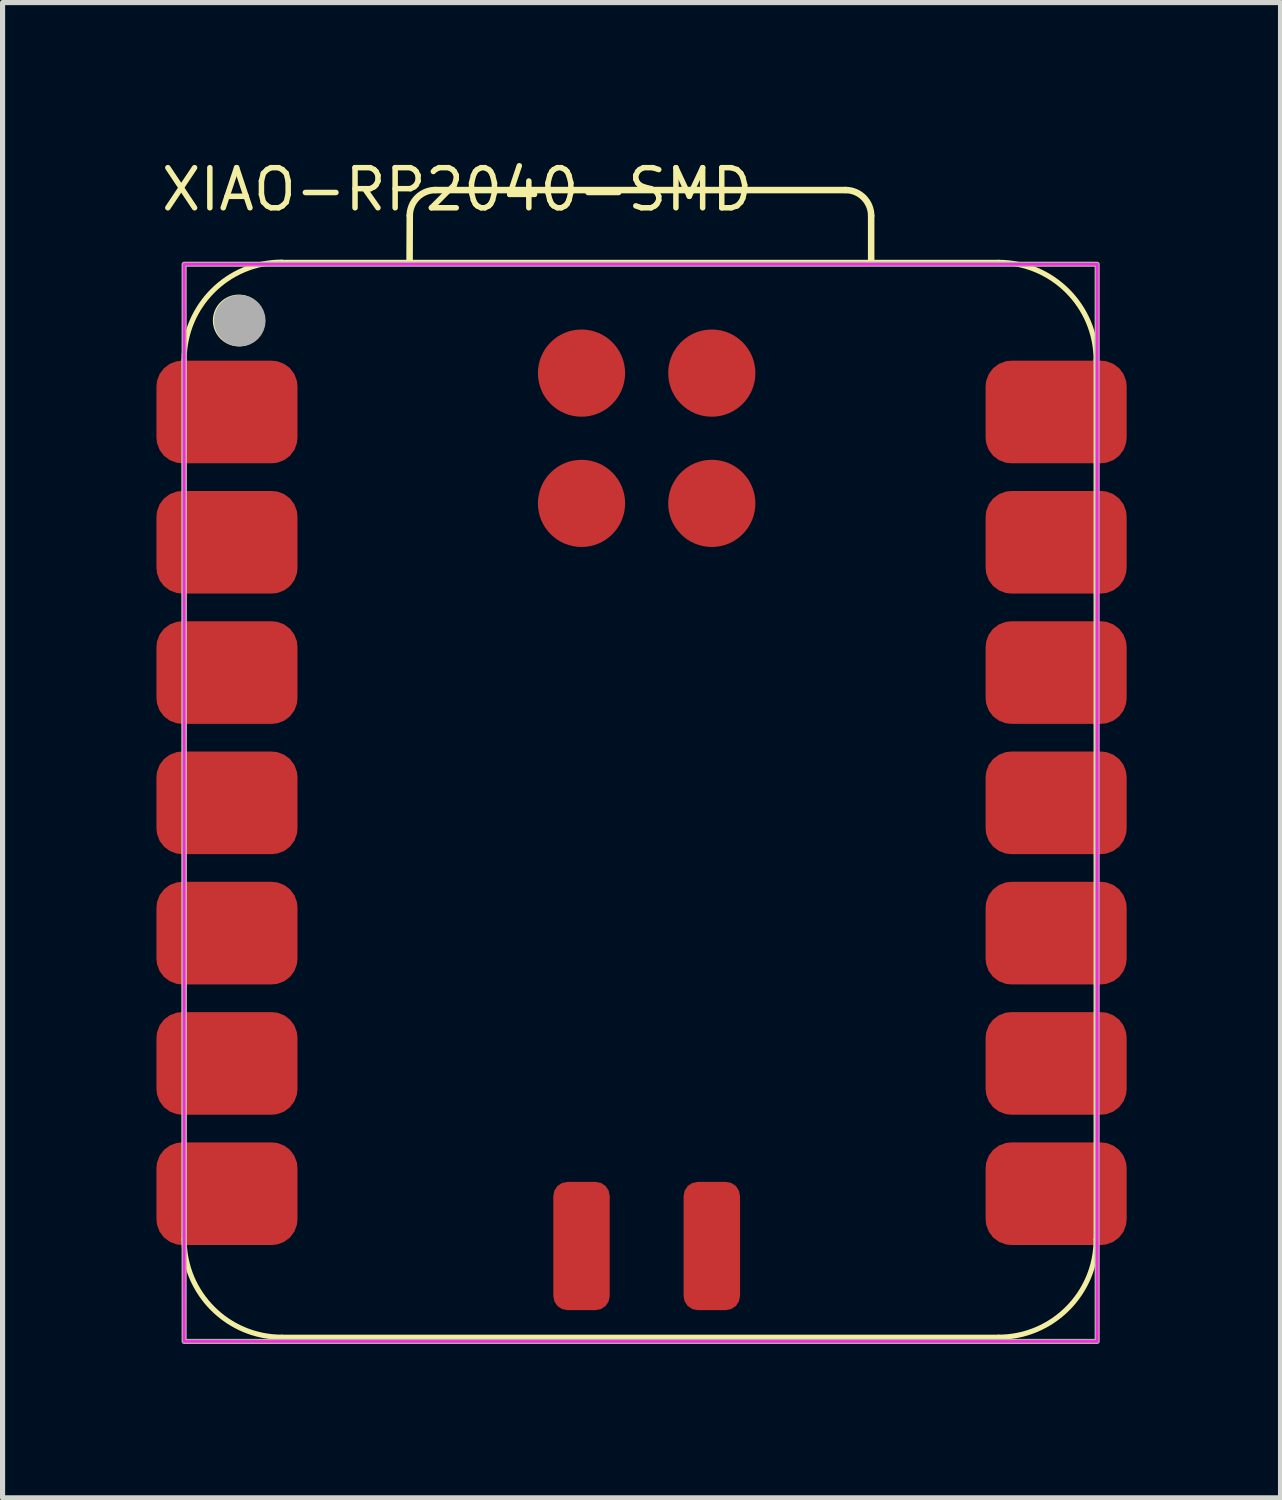
<source format=kicad_pcb>
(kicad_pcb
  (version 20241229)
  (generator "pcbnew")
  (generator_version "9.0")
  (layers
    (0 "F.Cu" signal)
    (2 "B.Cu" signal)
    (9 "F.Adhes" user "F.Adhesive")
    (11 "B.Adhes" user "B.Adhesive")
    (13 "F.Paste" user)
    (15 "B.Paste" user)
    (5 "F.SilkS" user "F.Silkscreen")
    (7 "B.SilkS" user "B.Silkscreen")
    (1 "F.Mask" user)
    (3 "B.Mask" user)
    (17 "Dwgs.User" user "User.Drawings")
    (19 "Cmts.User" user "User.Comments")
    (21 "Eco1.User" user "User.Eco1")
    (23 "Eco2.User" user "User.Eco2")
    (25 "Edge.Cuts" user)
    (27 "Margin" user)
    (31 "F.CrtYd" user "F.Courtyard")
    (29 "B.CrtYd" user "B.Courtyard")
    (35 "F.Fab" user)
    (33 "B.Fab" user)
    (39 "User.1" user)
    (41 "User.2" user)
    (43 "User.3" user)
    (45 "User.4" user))
  (footprint "XIAO-RP2040-SMD"
    (layer "F.Cu")
    (at 9.375 12.602)
    (property "Reference" "XIAO-RP2040-SMD" (at -9.335 -11.5 0) (layer "F.SilkS") (effects (font (size 0.782 0.782) (thickness 0.107)) (justify left bottom)))
    (fp_line (start -8.835 8.513) (end -8.835 -8.632) (stroke (width 0.1) (type solid)) (layer "F.SilkS"))
    (fp_line (start -6.93 10.418) (end 7.04 10.418) (stroke (width 0.1) (type solid)) (layer "F.SilkS"))
    (fp_line (start -4.44 -10.537) (end -4.436 -11.447) (stroke (width 0.127) (type solid)) (layer "F.SilkS"))
    (fp_line (start -3.936 -11.947) (end 4.059 -11.947) (stroke (width 0.127) (type solid)) (layer "F.SilkS"))
    (fp_line (start 4.559 -11.447) (end 4.559 -10.537) (stroke (width 0.127) (type solid)) (layer "F.SilkS"))
    (fp_line (start 7.04 -10.537) (end -6.93 -10.537) (stroke (width 0.1) (type solid)) (layer "F.SilkS"))
    (fp_line (start 8.945 8.513) (end 8.945 -8.632) (stroke (width 0.1) (type solid)) (layer "F.SilkS"))
    (fp_arc (start -8.835 -8.636) (mid -8.277038 -9.983038) (end -6.93 -10.541) (stroke (width 0.1) (type solid)) (layer "F.SilkS"))
    (fp_arc (start -6.93 10.418) (mid -8.277038 9.860038) (end -8.835 8.513) (stroke (width 0.1) (type solid)) (layer "F.SilkS"))
    (fp_arc (start -4.436272 -11.447272) (mid -4.289724 -11.800644) (end -3.936272 -11.947) (stroke (width 0.127) (type default)) (layer "F.SilkS"))
    (fp_arc (start 4.059 -11.947) (mid 4.412553 -11.800553) (end 4.559 -11.447) (stroke (width 0.127) (type default)) (layer "F.SilkS"))
    (fp_arc (start 7.04 -10.537) (mid 8.387038 -9.979038) (end 8.945 -8.632) (stroke (width 0.1) (type solid)) (layer "F.SilkS"))
    (fp_arc (start 8.945 8.513) (mid 8.387038 9.860038) (end 7.04 10.418) (stroke (width 0.1) (type solid)) (layer "F.SilkS"))
    (fp_circle (center -7.771 -9.404) (end -7.771 -9.658) (stroke (width 0.5) (type solid)) (fill yes) (layer "F.SilkS"))
    (fp_rect (start 8.965 10.5) (end -8.835 -10.5) (stroke (width 0.05) (type default)) (fill no) (layer "F.CrtYd"))
    (fp_rect (start -8.835 -10.5) (end 8.965 10.5) (stroke (width 0.1) (type default)) (fill no) (layer "F.Fab"))
    (fp_circle (center -7.751 -9.4) (end -7.751 -9.654) (stroke (width 0.5) (type solid)) (fill no) (layer "F.Fab"))
    (pad "1" smd roundrect (at -8 -7.62) (size 2.75 2) (layers "F.Cu" "F.Mask" "F.Paste") (roundrect_rratio 0.25))
    (pad "2" smd roundrect (at -8 -5.08) (size 2.75 2) (layers "F.Cu" "F.Mask" "F.Paste") (roundrect_rratio 0.25))
    (pad "3" smd roundrect (at -8 -2.54) (size 2.75 2) (layers "F.Cu" "F.Mask" "F.Paste") (roundrect_rratio 0.25))
    (pad "4" smd roundrect (at -8 0) (size 2.75 2) (layers "F.Cu" "F.Mask" "F.Paste") (roundrect_rratio 0.25))
    (pad "5" smd roundrect (at -8 2.54) (size 2.75 2) (layers "F.Cu" "F.Mask" "F.Paste") (roundrect_rratio 0.25))
    (pad "6" smd roundrect (at -8 5.08) (size 2.75 2) (layers "F.Cu" "F.Mask" "F.Paste") (roundrect_rratio 0.25))
    (pad "7" smd roundrect (at -8 7.62) (size 2.75 2) (layers "F.Cu" "F.Mask" "F.Paste") (roundrect_rratio 0.25))
    (pad "8" smd roundrect (at 8.165 7.62) (size 2.75 2) (layers "F.Cu" "F.Mask" "F.Paste") (roundrect_rratio 0.25))
    (pad "9" smd roundrect (at 8.165 5.08) (size 2.75 2) (layers "F.Cu" "F.Mask" "F.Paste") (roundrect_rratio 0.25))
    (pad "10" smd roundrect (at 8.165 2.54) (size 2.75 2) (layers "F.Cu" "F.Mask" "F.Paste") (roundrect_rratio 0.25))
    (pad "11" smd roundrect (at 8.165 0) (size 2.75 2) (layers "F.Cu" "F.Mask" "F.Paste") (roundrect_rratio 0.25))
    (pad "12" smd roundrect (at 8.165 -2.54) (size 2.75 2) (layers "F.Cu" "F.Mask" "F.Paste") (roundrect_rratio 0.25))
    (pad "13" smd roundrect (at 8.165 -5.08) (size 2.75 2) (layers "F.Cu" "F.Mask" "F.Paste") (roundrect_rratio 0.25))
    (pad "14" smd roundrect (at 8.165 -7.62) (size 2.75 2) (layers "F.Cu" "F.Mask" "F.Paste") (roundrect_rratio 0.25))
    (pad "15" smd roundrect (at -1.088 8.64 270) (size 2.5 1.1) (layers "F.Cu" "F.Mask" "F.Paste") (roundrect_rratio 0.25))
    (pad "16" smd roundrect (at 1.452 8.64 270) (size 2.5 1.1) (layers "F.Cu" "F.Mask" "F.Paste") (roundrect_rratio 0.25))
    (pad "17" smd circle (at -1.088 -8.378) (size 1.7 1.7) (layers "F.Cu" "F.Mask" "F.Paste"))
    (pad "18" smd circle (at 1.452 -8.378) (size 1.7 1.7) (layers "F.Cu" "F.Mask" "F.Paste"))
    (pad "19" smd circle (at -1.088 -5.838) (size 1.7 1.7) (layers "F.Cu" "F.Mask" "F.Paste"))
    (pad "20" smd circle (at 1.452 -5.838) (size 1.7 1.7) (layers "F.Cu" "F.Mask" "F.Paste")))
  (gr_rect
    (start -3 -3)
    (end 21.915 26.152)
    (stroke (width 0.1) (type default))
    (fill no)
    (layer "Edge.Cuts")))
</source>
